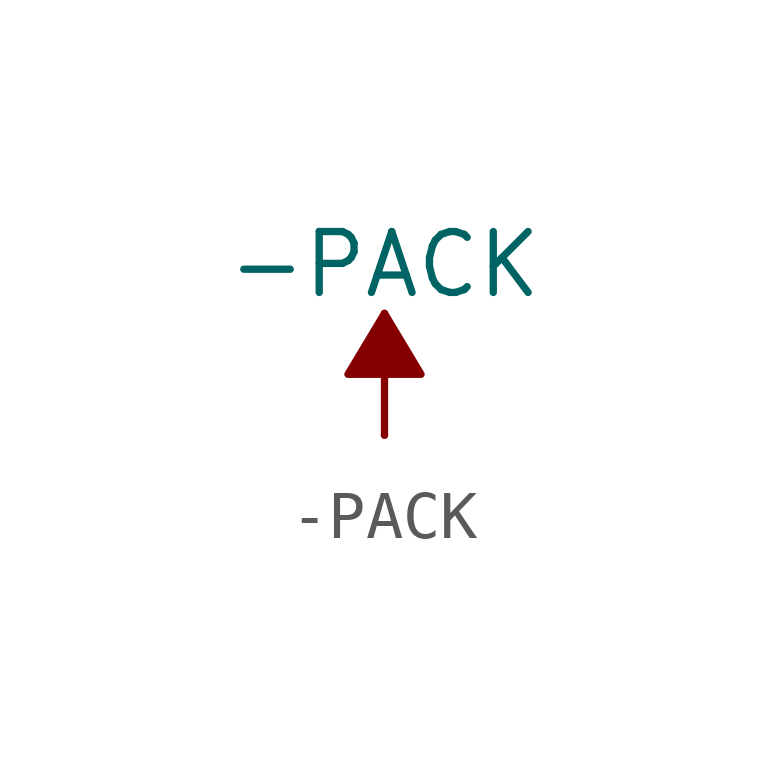
<source format=kicad_sym>
(kicad_symbol_lib
  (version 20241209)
  (generator "kicad_symbol_editor")
  (generator_version "9.0")
  (symbol "-PACK"
    (power)
    (pin_numbers
      (hide yes))
    (pin_names
      (offset 0)
      (hide yes))
    (property "Reference" "#PWR"
      (at 0 -3.81 0)
      (effects (font (size 1.27 1.27)) (hide yes)))
    (property "Value" "-PACK"
      (at 0 3.556 0)
      (effects (font (size 1.27 1.27))))
    (symbol "-PACK_0_1"
      (polyline (pts (xy 0 0) (xy 0 2.54)) (stroke (width 0) (type default)) (fill (type none)))
      (polyline (pts (xy 0.762 1.27) (xy -0.762 1.27) (xy 0 2.54) (xy 0.762 1.27)) (stroke (width 0) (type default)) (fill (type outline))))
    (symbol "-PACK_1_1"
      (pin power_in line (at 0 0 90) (length 0) (name "~" (effects (font (size 1.27 1.27)))) (number "1" (effects (font (size 1.27 1.27))))))))
</source>
